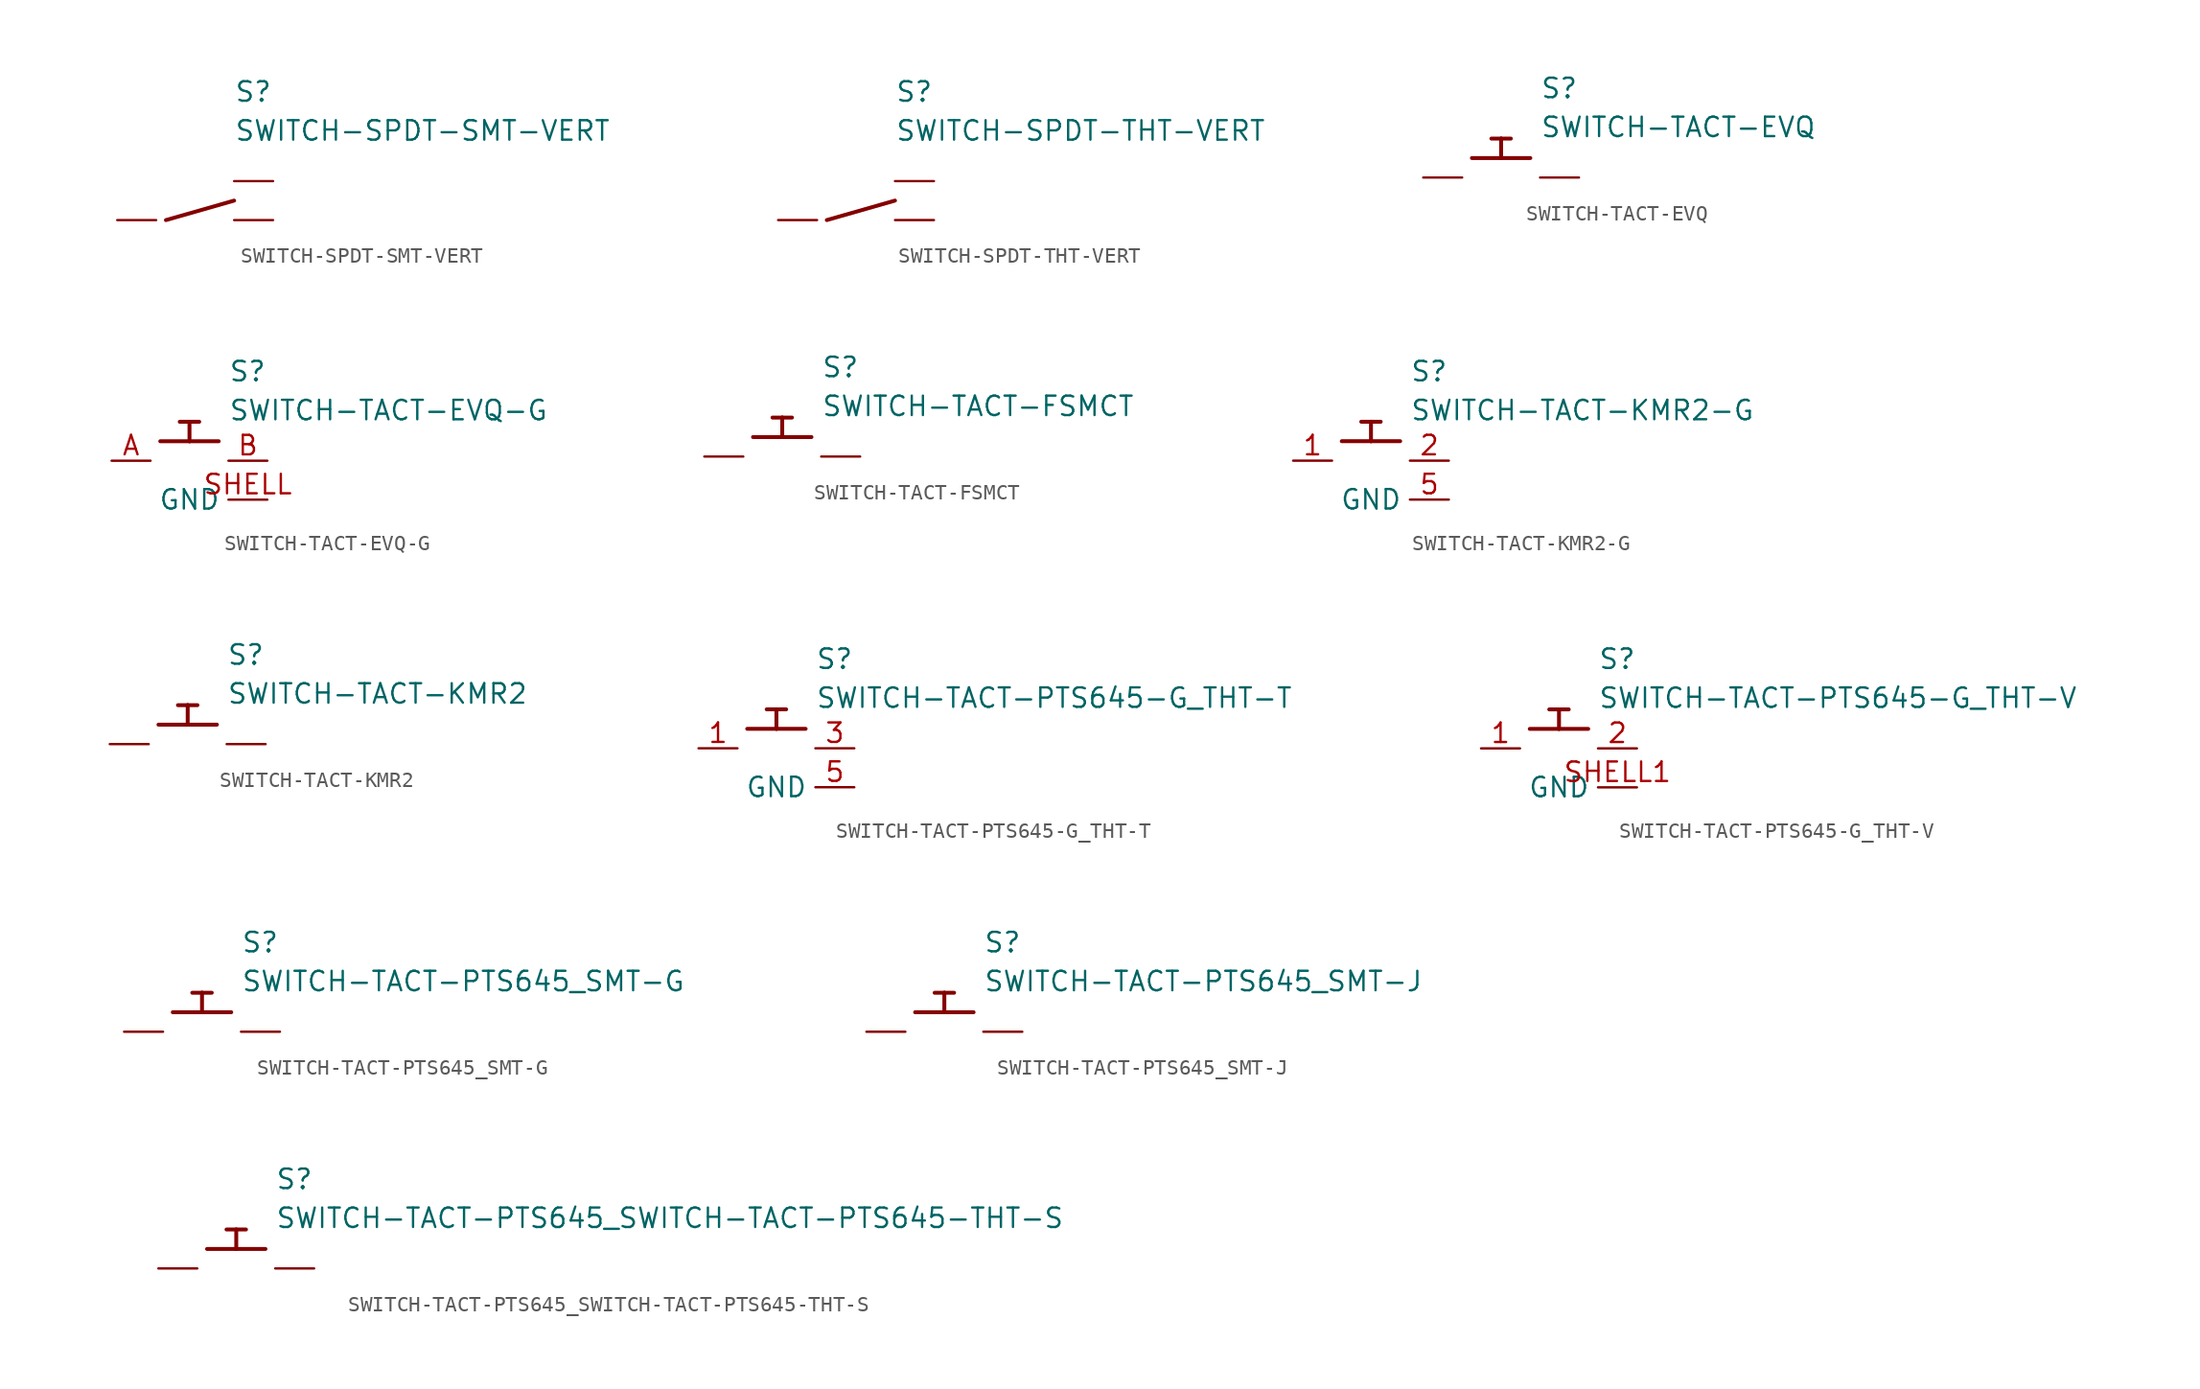
<source format=kicad_sym>
(kicad_symbol_lib
  (version 20211014)
  (generator kicad_symbol_editor)
  (symbol "SWITCH-SPDT-SMT-VERT"
    (pin_numbers hide)
    (pin_names)
    (property "Reference" "S"
      (at 2.54 7.62 0)
      (effects (font (size 1.27 1.27)) (justify left bottom)))
    (property "Value" "SWITCH-SPDT-SMT-VERT"
      (at 2.54 5.08 0)
      (effects (font (size 1.27 1.27)) (justify left bottom)))
    (property "Datasheet" ""
      (at 0 0 0))
    (property "ki_fp_filters" "FlashPCB_Switches:SWITCH-SLIDE-SMT-VERT-SPDT-JS102011SCQN FlashPCB_Switches:SWITCH-SLIDE-SMT-VERT-SPDT-JS102011JCQN"
      (at 0 0 0))
    (symbol "SWITCH-SPDT-SMT-VERT_1_1"
      (polyline (pts (xy -1.905 0) (xy 2.54 1.27)) (stroke (width 0.254)) (fill (type none)))
      (circle private (center 0 0) (radius 0.254) (stroke (width 0.254) (type default)) (fill (type none)))
      (circle private (center 0 0) (radius 0.254) (stroke (width 0.254) (type default)) (fill (type none)))
      (circle private (center 0 0) (radius 0.254) (stroke (width 0.254) (type default)) (fill (type none)))
      (pin bidirectional line (at -5.08 0 0) (length 2.54) (name "1" (effects (font (size 0 0)))) (number "2" (effects (font (size 1.27 1.27)))))
      (pin bidirectional line (at 5.08 2.54 180) (length 2.54) (name "2" (effects (font (size 0 0)))) (number "1" (effects (font (size 1.27 1.27)))))
      (pin bidirectional line (at 5.08 0 180) (length 2.54) (name "3" (effects (font (size 0 0)))) (number "3" (effects (font (size 1.27 1.27)))))))
  (symbol "SWITCH-SPDT-THT-VERT"
    (pin_numbers hide)
    (pin_names)
    (property "Reference" "S"
      (at 2.54 7.62 0)
      (effects (font (size 1.27 1.27)) (justify left bottom)))
    (property "Value" "SWITCH-SPDT-THT-VERT"
      (at 2.54 5.08 0)
      (effects (font (size 1.27 1.27)) (justify left bottom)))
    (property "Datasheet" ""
      (at 0 0 0))
    (property "ki_fp_filters" "FlashPCB_Switches:SWITCH-SLIDE-THT-VERT-SPDT-JS102011CQN"
      (at 0 0 0))
    (symbol "SWITCH-SPDT-THT-VERT_1_1"
      (polyline (pts (xy -1.905 0) (xy 2.54 1.27)) (stroke (width 0.254)) (fill (type none)))
      (circle private (center 0 0) (radius 0.254) (stroke (width 0.254) (type default)) (fill (type none)))
      (circle private (center 0 0) (radius 0.254) (stroke (width 0.254) (type default)) (fill (type none)))
      (circle private (center 0 0) (radius 0.254) (stroke (width 0.254) (type default)) (fill (type none)))
      (pin bidirectional line (at -5.08 0 0) (length 2.54) (name "1" (effects (font (size 0 0)))) (number "2" (effects (font (size 1.27 1.27)))))
      (pin bidirectional line (at 5.08 2.54 180) (length 2.54) (name "2" (effects (font (size 0 0)))) (number "1" (effects (font (size 1.27 1.27)))))
      (pin bidirectional line (at 5.08 0 180) (length 2.54) (name "3" (effects (font (size 0 0)))) (number "3" (effects (font (size 1.27 1.27)))))))
  (symbol "SWITCH-TACT-EVQ"
    (pin_numbers hide)
    (pin_names)
    (property "Reference" "S"
      (at 2.54 5.08 0)
      (effects (font (size 1.27 1.27)) (justify left bottom)))
    (property "Value" "SWITCH-TACT-EVQ"
      (at 2.54 2.54 0)
      (effects (font (size 1.27 1.27)) (justify left bottom)))
    (property "Datasheet" ""
      (at 0 0 0))
    (property "ki_fp_filters" "FlashPCB_Switches:SWITCH-TACT-EVPBT FlashPCB_Switches:SWITCH-TACT-EVPBT-ST FlashPCB_Switches:SWITCH-TACT-EVQ-P0 FlashPCB_Switches:SWITCH-TACT-EVQ-Q2"
      (at 0 0 0))
    (symbol "SWITCH-TACT-EVQ_1_1"
      (polyline (pts (xy -1.905 1.27) (xy 0 1.27)) (stroke (width 0.254)) (fill (type none)))
      (polyline (pts (xy 0 1.27) (xy 1.905 1.27)) (stroke (width 0.254)) (fill (type none)))
      (polyline (pts (xy 0 1.27) (xy 0 2.54)) (stroke (width 0.254)) (fill (type none)))
      (polyline (pts (xy 0 2.54) (xy -0.635 2.54)) (stroke (width 0.254)) (fill (type none)))
      (polyline (pts (xy 0 2.54) (xy 0.635 2.54)) (stroke (width 0.254)) (fill (type none)))
      (circle private (center 0 0) (radius 0.508) (stroke (width 0.254) (type default)) (fill (type none)))
      (circle private (center 0 0) (radius 0.508) (stroke (width 0.254) (type default)) (fill (type none)))
      (pin bidirectional line (at -5.08 0 0) (length 2.54) (name "1" (effects (font (size 0 0)))) (number "A" (effects (font (size 1.27 1.27)))))
      (pin bidirectional line (at -5.08 0 0) (length 2.54) hide (name "1" (effects (font (size 0 0)))) (number "A'" (effects (font (size 1.27 1.27)))))
      (pin bidirectional line (at 5.08 0 180) (length 2.54) (name "2" (effects (font (size 0 0)))) (number "B" (effects (font (size 1.27 1.27)))))
      (pin bidirectional line (at 5.08 0 180) (length 2.54) hide (name "2" (effects (font (size 0 0)))) (number "B'" (effects (font (size 1.27 1.27)))))))
  (symbol "SWITCH-TACT-EVQ-G"
    (pin_names)
    (property "Reference" "S"
      (at 2.54 5.08 0)
      (effects (font (size 1.27 1.27)) (justify left bottom)))
    (property "Value" "SWITCH-TACT-EVQ-G"
      (at 2.54 2.54 0)
      (effects (font (size 1.27 1.27)) (justify left bottom)))
    (property "Datasheet" ""
      (at 0 0 0))
    (property "ki_fp_filters" "FlashPCB_Switches:SWITCH-TACT-EVPBT-G FlashPCB_Switches:SWITCH-TACT-EVPBT-ST-G FlashPCB_Switches:SWITCH-TACT-EVQ-P0-G FlashPCB_Switches:SWITCH-TACT-EVQ-Q2-G"
      (at 0 0 0))
    (symbol "SWITCH-TACT-EVQ-G_1_1"
      (polyline (pts (xy -1.905 1.27) (xy 0 1.27)) (stroke (width 0.254)) (fill (type none)))
      (polyline (pts (xy 0 1.27) (xy 1.905 1.27)) (stroke (width 0.254)) (fill (type none)))
      (polyline (pts (xy 0 1.27) (xy 0 2.54)) (stroke (width 0.254)) (fill (type none)))
      (polyline (pts (xy 0 2.54) (xy -0.635 2.54)) (stroke (width 0.254)) (fill (type none)))
      (polyline (pts (xy 0 2.54) (xy 0.635 2.54)) (stroke (width 0.254)) (fill (type none)))
      (circle private (center 0 0) (radius 0.508) (stroke (width 0.254) (type default)) (fill (type none)))
      (circle private (center 0 0) (radius 0.508) (stroke (width 0.254) (type default)) (fill (type none)))
      (pin bidirectional line (at -5.08 0 0) (length 2.54) (name "1" (effects (font (size 0 0)))) (number "A" (effects (font (size 1.27 1.27)))))
      (pin bidirectional line (at -5.08 0 0) (length 2.54) hide (name "1" (effects (font (size 0 0)))) (number "A'" (effects (font (size 1.27 1.27)))))
      (pin bidirectional line (at 5.08 0 180) (length 2.54) (name "2" (effects (font (size 0 0)))) (number "B" (effects (font (size 1.27 1.27)))))
      (pin bidirectional line (at 5.08 0 180) (length 2.54) hide (name "2" (effects (font (size 0 0)))) (number "B'" (effects (font (size 1.27 1.27)))))
      (pin bidirectional line (at 5.08 -2.54 180) (length 2.54) (name "GND" (effects (font (size 1.27 1.27)))) (number "SHELL" (effects (font (size 1.27 1.27)))))))
  (symbol "SWITCH-TACT-FSMCT"
    (pin_numbers hide)
    (pin_names)
    (property "Reference" "S"
      (at 2.54 5.08 0)
      (effects (font (size 1.27 1.27)) (justify left bottom)))
    (property "Value" "SWITCH-TACT-FSMCT"
      (at 2.54 2.54 0)
      (effects (font (size 1.27 1.27)) (justify left bottom)))
    (property "Datasheet" ""
      (at 0 0 0))
    (property "ki_fp_filters" "FlashPCB_Switches:SWITCH-TACT-FSMCT"
      (at 0 0 0))
    (symbol "SWITCH-TACT-FSMCT_1_1"
      (polyline (pts (xy -1.905 1.27) (xy 0 1.27)) (stroke (width 0.254)) (fill (type none)))
      (polyline (pts (xy 0 1.27) (xy 1.905 1.27)) (stroke (width 0.254)) (fill (type none)))
      (polyline (pts (xy 0 1.27) (xy 0 2.54)) (stroke (width 0.254)) (fill (type none)))
      (polyline (pts (xy 0 2.54) (xy -0.635 2.54)) (stroke (width 0.254)) (fill (type none)))
      (polyline (pts (xy 0 2.54) (xy 0.635 2.54)) (stroke (width 0.254)) (fill (type none)))
      (circle private (center 0 0) (radius 0.508) (stroke (width 0.254) (type default)) (fill (type none)))
      (circle private (center 0 0) (radius 0.508) (stroke (width 0.254) (type default)) (fill (type none)))
      (pin bidirectional line (at -5.08 0 0) (length 2.54) (name "1" (effects (font (size 0 0)))) (number "1" (effects (font (size 1.27 1.27)))))
      (pin bidirectional line (at -5.08 0 0) (length 2.54) hide (name "1" (effects (font (size 0 0)))) (number "2" (effects (font (size 1.27 1.27)))))
      (pin bidirectional line (at 5.08 0 180) (length 2.54) (name "2" (effects (font (size 0 0)))) (number "3" (effects (font (size 1.27 1.27)))))
      (pin bidirectional line (at 5.08 0 180) (length 2.54) hide (name "2" (effects (font (size 0 0)))) (number "4" (effects (font (size 1.27 1.27)))))))
  (symbol "SWITCH-TACT-KMR2-G"
    (pin_names)
    (property "Reference" "S"
      (at 2.54 5.08 0)
      (effects (font (size 1.27 1.27)) (justify left bottom)))
    (property "Value" "SWITCH-TACT-KMR2-G"
      (at 2.54 2.54 0)
      (effects (font (size 1.27 1.27)) (justify left bottom)))
    (property "Datasheet" ""
      (at 0 0 0))
    (property "ki_fp_filters" "FlashPCB_Switches:SWITCH-TACT-KMR2-G"
      (at 0 0 0))
    (symbol "SWITCH-TACT-KMR2-G_1_1"
      (polyline (pts (xy -1.905 1.27) (xy 0 1.27)) (stroke (width 0.254)) (fill (type none)))
      (polyline (pts (xy 0 1.27) (xy 1.905 1.27)) (stroke (width 0.254)) (fill (type none)))
      (polyline (pts (xy 0 1.27) (xy 0 2.54)) (stroke (width 0.254)) (fill (type none)))
      (polyline (pts (xy 0 2.54) (xy -0.635 2.54)) (stroke (width 0.254)) (fill (type none)))
      (polyline (pts (xy 0 2.54) (xy 0.635 2.54)) (stroke (width 0.254)) (fill (type none)))
      (circle private (center 0 0) (radius 0.508) (stroke (width 0.254) (type default)) (fill (type none)))
      (circle private (center 0 0) (radius 0.508) (stroke (width 0.254) (type default)) (fill (type none)))
      (pin bidirectional line (at -5.08 0 0) (length 2.54) (name "1" (effects (font (size 0 0)))) (number "1" (effects (font (size 1.27 1.27)))))
      (pin bidirectional line (at -5.08 0 0) (length 2.54) hide (name "1" (effects (font (size 0 0)))) (number "4" (effects (font (size 1.27 1.27)))))
      (pin bidirectional line (at 5.08 0 180) (length 2.54) (name "2" (effects (font (size 0 0)))) (number "2" (effects (font (size 1.27 1.27)))))
      (pin bidirectional line (at 5.08 0 180) (length 2.54) hide (name "2" (effects (font (size 0 0)))) (number "3" (effects (font (size 1.27 1.27)))))
      (pin bidirectional line (at 5.08 -2.54 180) (length 2.54) (name "GND" (effects (font (size 1.27 1.27)))) (number "5" (effects (font (size 1.27 1.27)))))))
  (symbol "SWITCH-TACT-KMR2"
    (pin_numbers hide)
    (pin_names)
    (property "Reference" "S"
      (at 2.54 5.08 0)
      (effects (font (size 1.27 1.27)) (justify left bottom)))
    (property "Value" "SWITCH-TACT-KMR2"
      (at 2.54 2.54 0)
      (effects (font (size 1.27 1.27)) (justify left bottom)))
    (property "Datasheet" ""
      (at 0 0 0))
    (property "ki_fp_filters" "FlashPCB_Switches:SWITCH-TACT-KMR2-NG"
      (at 0 0 0))
    (symbol "SWITCH-TACT-KMR2_1_1"
      (polyline (pts (xy -1.905 1.27) (xy 0 1.27)) (stroke (width 0.254)) (fill (type none)))
      (polyline (pts (xy 0 1.27) (xy 1.905 1.27)) (stroke (width 0.254)) (fill (type none)))
      (polyline (pts (xy 0 1.27) (xy 0 2.54)) (stroke (width 0.254)) (fill (type none)))
      (polyline (pts (xy 0 2.54) (xy -0.635 2.54)) (stroke (width 0.254)) (fill (type none)))
      (polyline (pts (xy 0 2.54) (xy 0.635 2.54)) (stroke (width 0.254)) (fill (type none)))
      (circle private (center 0 0) (radius 0.508) (stroke (width 0.254) (type default)) (fill (type none)))
      (circle private (center 0 0) (radius 0.508) (stroke (width 0.254) (type default)) (fill (type none)))
      (pin bidirectional line (at -5.08 0 0) (length 2.54) (name "1" (effects (font (size 0 0)))) (number "1" (effects (font (size 1.27 1.27)))))
      (pin bidirectional line (at -5.08 0 0) (length 2.54) hide (name "1" (effects (font (size 0 0)))) (number "4" (effects (font (size 1.27 1.27)))))
      (pin bidirectional line (at 5.08 0 180) (length 2.54) (name "2" (effects (font (size 0 0)))) (number "2" (effects (font (size 1.27 1.27)))))
      (pin bidirectional line (at 5.08 0 180) (length 2.54) hide (name "2" (effects (font (size 0 0)))) (number "3" (effects (font (size 1.27 1.27)))))))
  (symbol "SWITCH-TACT-PTS645-G_THT-T"
    (pin_names)
    (property "Reference" "S"
      (at 2.54 5.08 0)
      (effects (font (size 1.27 1.27)) (justify left bottom)))
    (property "Value" "SWITCH-TACT-PTS645-G_THT-T"
      (at 2.54 2.54 0)
      (effects (font (size 1.27 1.27)) (justify left bottom)))
    (property "Datasheet" ""
      (at 0 0 0))
    (property "ki_fp_filters" "FlashPCB_Switches:SWITCH-TACT-PTS645-THT-T"
      (at 0 0 0))
    (symbol "SWITCH-TACT-PTS645-G_THT-T_1_1"
      (polyline (pts (xy -1.905 1.27) (xy 0 1.27)) (stroke (width 0.254)) (fill (type none)))
      (polyline (pts (xy 0 1.27) (xy 1.905 1.27)) (stroke (width 0.254)) (fill (type none)))
      (polyline (pts (xy 0 1.27) (xy 0 2.54)) (stroke (width 0.254)) (fill (type none)))
      (polyline (pts (xy 0 2.54) (xy -0.635 2.54)) (stroke (width 0.254)) (fill (type none)))
      (polyline (pts (xy 0 2.54) (xy 0.635 2.54)) (stroke (width 0.254)) (fill (type none)))
      (circle private (center 0 0) (radius 0.508) (stroke (width 0.254) (type default)) (fill (type none)))
      (circle private (center 0 0) (radius 0.508) (stroke (width 0.254) (type default)) (fill (type none)))
      (pin bidirectional line (at -5.08 0 0) (length 2.54) (name "1" (effects (font (size 0 0)))) (number "1" (effects (font (size 1.27 1.27)))))
      (pin bidirectional line (at -5.08 0 0) (length 2.54) hide (name "1" (effects (font (size 0 0)))) (number "2" (effects (font (size 1.27 1.27)))))
      (pin bidirectional line (at 5.08 0 180) (length 2.54) (name "2" (effects (font (size 0 0)))) (number "3" (effects (font (size 1.27 1.27)))))
      (pin bidirectional line (at 5.08 0 180) (length 2.54) hide (name "2" (effects (font (size 0 0)))) (number "4" (effects (font (size 1.27 1.27)))))
      (pin bidirectional line (at 5.08 -2.54 180) (length 2.54) (name "GND" (effects (font (size 1.27 1.27)))) (number "5" (effects (font (size 1.27 1.27)))))))
  (symbol "SWITCH-TACT-PTS645-G_THT-V"
    (pin_names)
    (property "Reference" "S"
      (at 2.54 5.08 0)
      (effects (font (size 1.27 1.27)) (justify left bottom)))
    (property "Value" "SWITCH-TACT-PTS645-G_THT-V"
      (at 2.54 2.54 0)
      (effects (font (size 1.27 1.27)) (justify left bottom)))
    (property "Datasheet" ""
      (at 0 0 0))
    (property "ki_fp_filters" "FlashPCB_Switches:SWITCH-TACT-PTS645-THT-V"
      (at 0 0 0))
    (symbol "SWITCH-TACT-PTS645-G_THT-V_1_1"
      (polyline (pts (xy -1.905 1.27) (xy 0 1.27)) (stroke (width 0.254)) (fill (type none)))
      (polyline (pts (xy 0 1.27) (xy 1.905 1.27)) (stroke (width 0.254)) (fill (type none)))
      (polyline (pts (xy 0 1.27) (xy 0 2.54)) (stroke (width 0.254)) (fill (type none)))
      (polyline (pts (xy 0 2.54) (xy -0.635 2.54)) (stroke (width 0.254)) (fill (type none)))
      (polyline (pts (xy 0 2.54) (xy 0.635 2.54)) (stroke (width 0.254)) (fill (type none)))
      (circle private (center 0 0) (radius 0.508) (stroke (width 0.254) (type default)) (fill (type none)))
      (circle private (center 0 0) (radius 0.508) (stroke (width 0.254) (type default)) (fill (type none)))
      (pin bidirectional line (at -5.08 0 0) (length 2.54) (name "1" (effects (font (size 0 0)))) (number "1" (effects (font (size 1.27 1.27)))))
      (pin bidirectional line (at 5.08 0 180) (length 2.54) (name "2" (effects (font (size 0 0)))) (number "2" (effects (font (size 1.27 1.27)))))
      (pin bidirectional line (at 5.08 -2.54 180) (length 2.54) (name "GND" (effects (font (size 1.27 1.27)))) (number "SHELL1" (effects (font (size 1.27 1.27)))))
      (pin bidirectional line (at 5.08 -2.54 180) (length 2.54) hide (name "GND" (effects (font (size 1.27 1.27)))) (number "SHELL2" (effects (font (size 1.27 1.27)))))))
  (symbol "SWITCH-TACT-PTS645_SMT-G"
    (pin_numbers hide)
    (pin_names)
    (property "Reference" "S"
      (at 2.54 5.08 0)
      (effects (font (size 1.27 1.27)) (justify left bottom)))
    (property "Value" "SWITCH-TACT-PTS645_SMT-G"
      (at 2.54 2.54 0)
      (effects (font (size 1.27 1.27)) (justify left bottom)))
    (property "Datasheet" ""
      (at 0 0 0))
    (property "ki_fp_filters" "FlashPCB_Switches:SWITCH-TACT-PTS645-SMT-G"
      (at 0 0 0))
    (symbol "SWITCH-TACT-PTS645_SMT-G_1_1"
      (polyline (pts (xy -1.905 1.27) (xy 0 1.27)) (stroke (width 0.254)) (fill (type none)))
      (polyline (pts (xy 0 1.27) (xy 1.905 1.27)) (stroke (width 0.254)) (fill (type none)))
      (polyline (pts (xy 0 1.27) (xy 0 2.54)) (stroke (width 0.254)) (fill (type none)))
      (polyline (pts (xy 0 2.54) (xy -0.635 2.54)) (stroke (width 0.254)) (fill (type none)))
      (polyline (pts (xy 0 2.54) (xy 0.635 2.54)) (stroke (width 0.254)) (fill (type none)))
      (circle private (center 0 0) (radius 0.508) (stroke (width 0.254) (type default)) (fill (type none)))
      (circle private (center 0 0) (radius 0.508) (stroke (width 0.254) (type default)) (fill (type none)))
      (pin bidirectional line (at -5.08 0 0) (length 2.54) (name "1" (effects (font (size 0 0)))) (number "1" (effects (font (size 1.27 1.27)))))
      (pin bidirectional line (at -5.08 0 0) (length 2.54) hide (name "1" (effects (font (size 0 0)))) (number "2" (effects (font (size 1.27 1.27)))))
      (pin bidirectional line (at 5.08 0 180) (length 2.54) (name "2" (effects (font (size 0 0)))) (number "3" (effects (font (size 1.27 1.27)))))
      (pin bidirectional line (at 5.08 0 180) (length 2.54) hide (name "2" (effects (font (size 0 0)))) (number "4" (effects (font (size 1.27 1.27)))))))
  (symbol "SWITCH-TACT-PTS645_SMT-J"
    (pin_numbers hide)
    (pin_names)
    (property "Reference" "S"
      (at 2.54 5.08 0)
      (effects (font (size 1.27 1.27)) (justify left bottom)))
    (property "Value" "SWITCH-TACT-PTS645_SMT-J"
      (at 2.54 2.54 0)
      (effects (font (size 1.27 1.27)) (justify left bottom)))
    (property "Datasheet" ""
      (at 0 0 0))
    (property "ki_fp_filters" "FlashPCB_Switches:SWITCH-TACT-PTS645-SMT-J"
      (at 0 0 0))
    (symbol "SWITCH-TACT-PTS645_SMT-J_1_1"
      (polyline (pts (xy -1.905 1.27) (xy 0 1.27)) (stroke (width 0.254)) (fill (type none)))
      (polyline (pts (xy 0 1.27) (xy 1.905 1.27)) (stroke (width 0.254)) (fill (type none)))
      (polyline (pts (xy 0 1.27) (xy 0 2.54)) (stroke (width 0.254)) (fill (type none)))
      (polyline (pts (xy 0 2.54) (xy -0.635 2.54)) (stroke (width 0.254)) (fill (type none)))
      (polyline (pts (xy 0 2.54) (xy 0.635 2.54)) (stroke (width 0.254)) (fill (type none)))
      (circle private (center 0 0) (radius 0.508) (stroke (width 0.254) (type default)) (fill (type none)))
      (circle private (center 0 0) (radius 0.508) (stroke (width 0.254) (type default)) (fill (type none)))
      (pin bidirectional line (at -5.08 0 0) (length 2.54) (name "1" (effects (font (size 0 0)))) (number "A" (effects (font (size 1.27 1.27)))))
      (pin bidirectional line (at -5.08 0 0) (length 2.54) hide (name "1" (effects (font (size 0 0)))) (number "B" (effects (font (size 1.27 1.27)))))
      (pin bidirectional line (at 5.08 0 180) (length 2.54) (name "2" (effects (font (size 0 0)))) (number "C" (effects (font (size 1.27 1.27)))))
      (pin bidirectional line (at 5.08 0 180) (length 2.54) hide (name "2" (effects (font (size 0 0)))) (number "D" (effects (font (size 1.27 1.27)))))))
  (symbol "SWITCH-TACT-PTS645_SWITCH-TACT-PTS645-THT-S"
    (pin_numbers hide)
    (pin_names)
    (property "Reference" "S"
      (at 2.54 5.08 0)
      (effects (font (size 1.27 1.27)) (justify left bottom)))
    (property "Value" "SWITCH-TACT-PTS645_SWITCH-TACT-PTS645-THT-S"
      (at 2.54 2.54 0)
      (effects (font (size 1.27 1.27)) (justify left bottom)))
    (property "Datasheet" ""
      (at 0 0 0))
    (property "ki_fp_filters" "FlashPCB_Switches:SWITCH-TACT-PTS645-THT-S"
      (at 0 0 0))
    (symbol "SWITCH-TACT-PTS645_SWITCH-TACT-PTS645-THT-S_1_1"
      (polyline (pts (xy -1.905 1.27) (xy 0 1.27)) (stroke (width 0.254)) (fill (type none)))
      (polyline (pts (xy 0 1.27) (xy 1.905 1.27)) (stroke (width 0.254)) (fill (type none)))
      (polyline (pts (xy 0 1.27) (xy 0 2.54)) (stroke (width 0.254)) (fill (type none)))
      (polyline (pts (xy 0 2.54) (xy -0.635 2.54)) (stroke (width 0.254)) (fill (type none)))
      (polyline (pts (xy 0 2.54) (xy 0.635 2.54)) (stroke (width 0.254)) (fill (type none)))
      (circle private (center 0 0) (radius 0.508) (stroke (width 0.254) (type default)) (fill (type none)))
      (circle private (center 0 0) (radius 0.508) (stroke (width 0.254) (type default)) (fill (type none)))
      (pin bidirectional line (at -5.08 0 0) (length 2.54) (name "1" (effects (font (size 0 0)))) (number "1" (effects (font (size 1.27 1.27)))))
      (pin bidirectional line (at -5.08 0 0) (length 2.54) hide (name "1" (effects (font (size 0 0)))) (number "2" (effects (font (size 1.27 1.27)))))
      (pin bidirectional line (at 5.08 0 180) (length 2.54) (name "2" (effects (font (size 0 0)))) (number "3" (effects (font (size 1.27 1.27)))))
      (pin bidirectional line (at 5.08 0 180) (length 2.54) hide (name "2" (effects (font (size 0 0)))) (number "4" (effects (font (size 1.27 1.27))))))))
</source>
